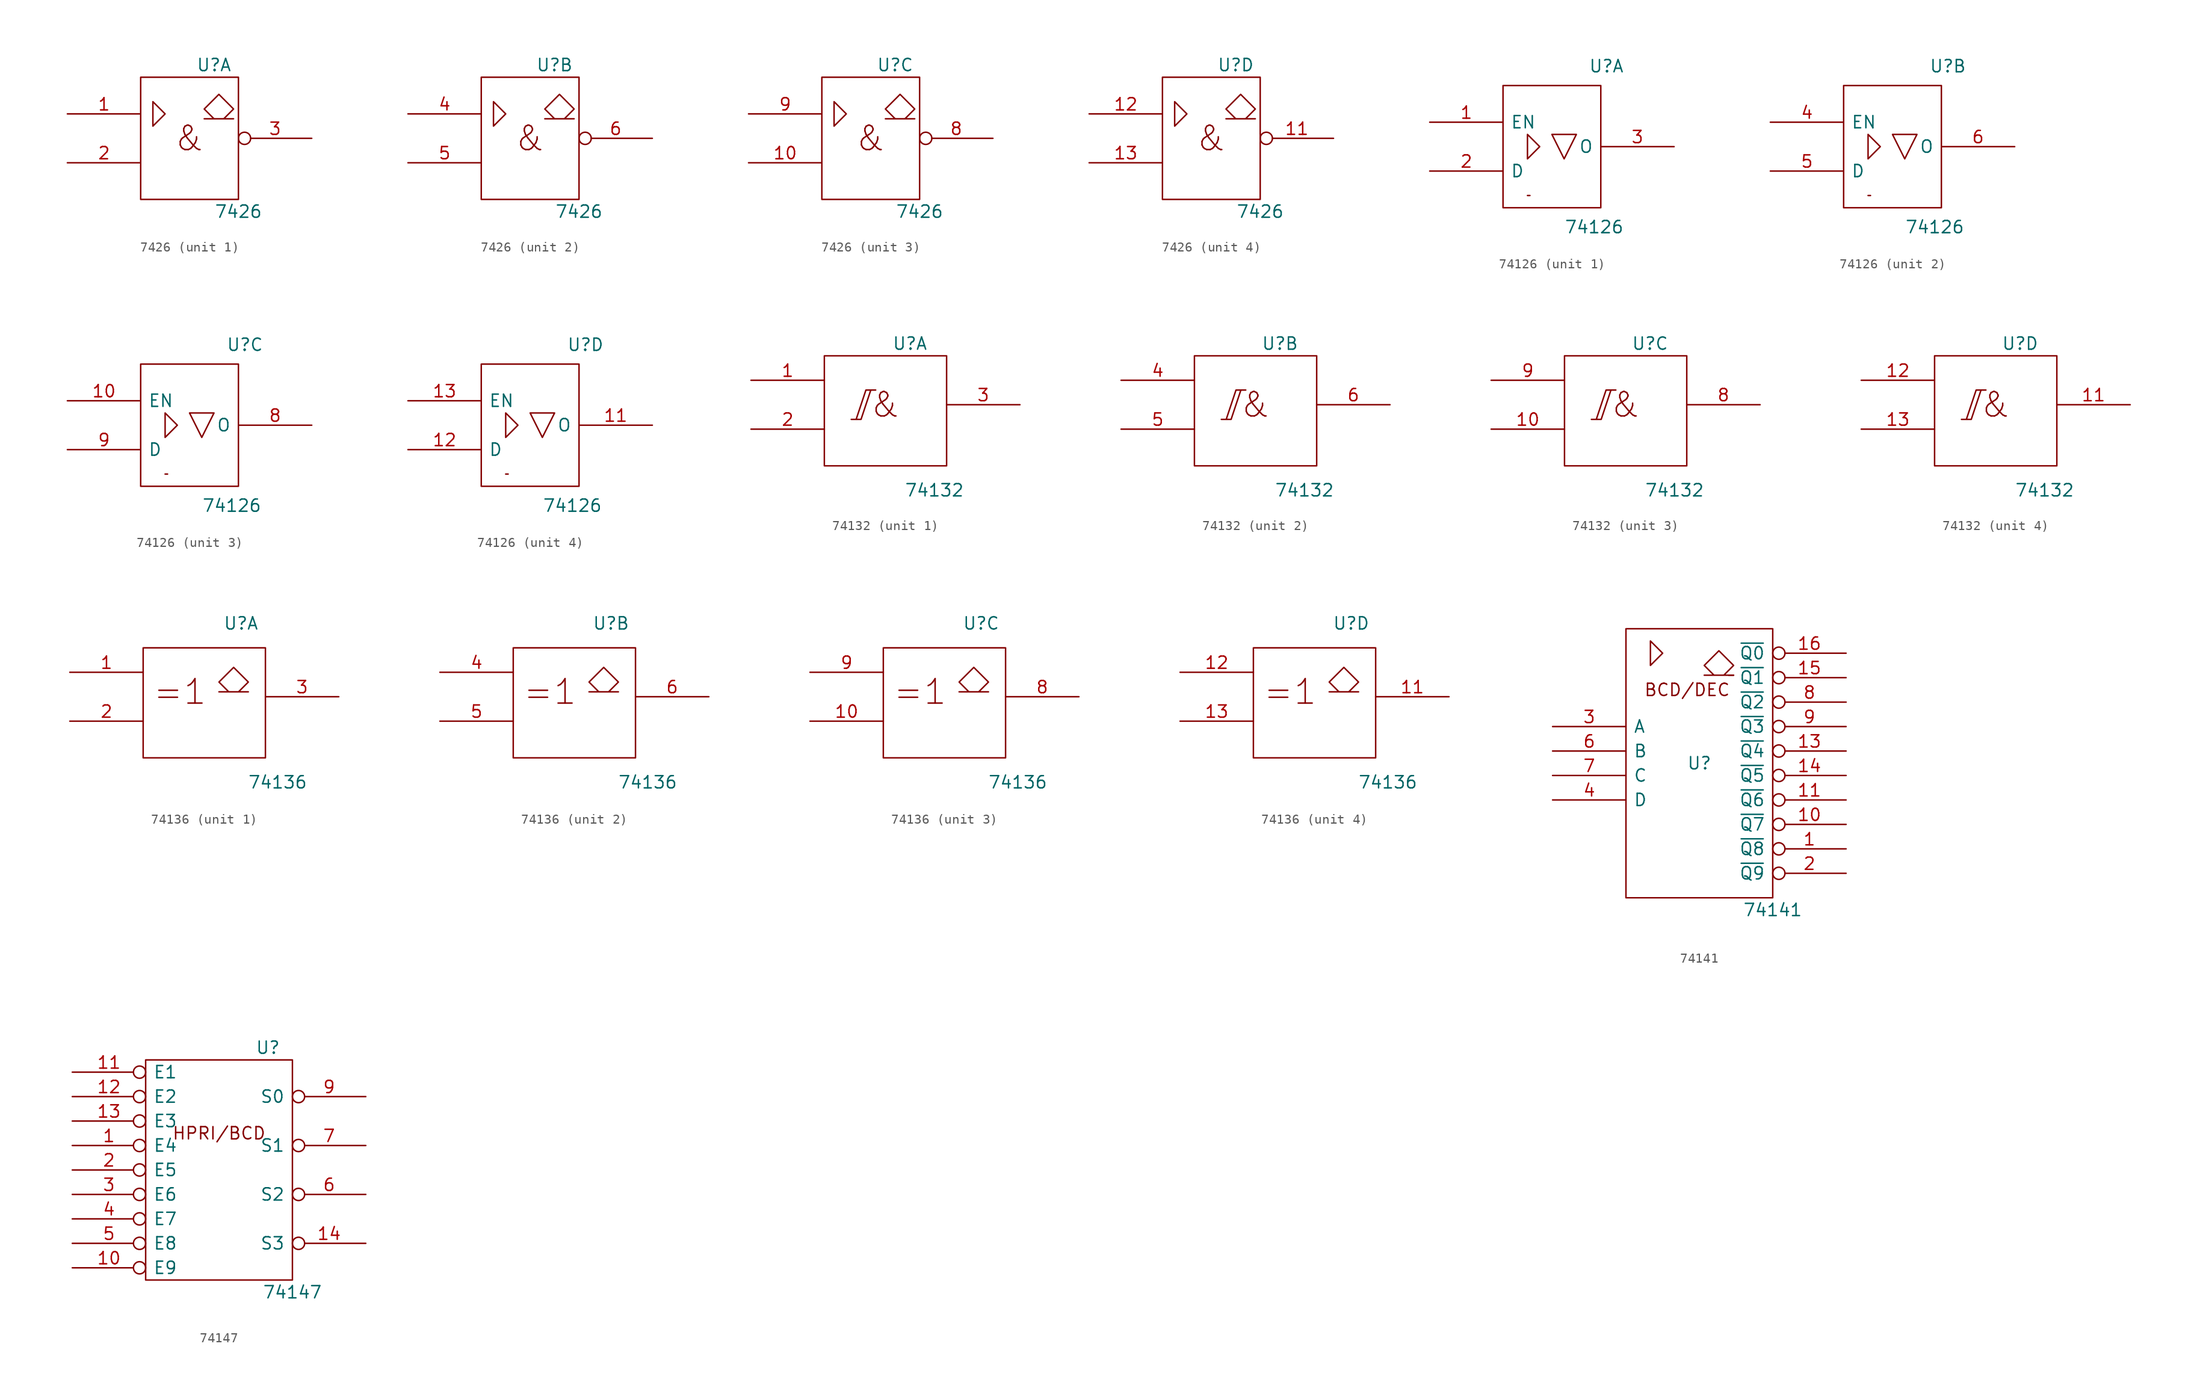
<source format=kicad_sym>
(kicad_symbol_lib
  (version 20231120)
  (generator "kicad_symbol_editor")
  (generator_version "8.0")
  (symbol "7426"
    (pin_names
      (offset 0.762))
    (property "Reference" "U"
      (at 2.54 7.62 0)
      (effects (font (size 1.27 1.27))))
    (property "Value" "7426"
      (at 5.08 -7.62 0)
      (effects (font (size 1.27 1.27))))
    (symbol "7426_0_0"
      (polyline (pts (xy -3.81 3.81) (xy -3.81 1.27) (xy -2.54 2.54) (xy -3.81 3.81) (xy -3.81 3.81)) (stroke (width 0) (type default)) (fill (type none)))
      (polyline (pts (xy 2.54 2.032) (xy 1.524 3.048) (xy 3.048 4.572) (xy 4.572 3.048) (xy 3.556 2.032) (xy 4.572 2.032) (xy 1.524 2.032) (xy 1.524 2.032)) (stroke (width 0) (type default)) (fill (type none)))
      (text "&" (at 0 0 0) (effects (font (size 2.54 2.54))))
      (pin power_in line (at 0 6.35 270) (length 0) hide (name "Vcc" (effects (font (size 1.27 1.27)))) (number "14" (effects (font (size 1.27 1.27))))))
    (symbol "7426_0_1"
      (rectangle (start -5.08 6.35) (end 5.08 -6.35) (stroke (width 0) (type default)) (fill (type none)))
      (pin power_in line (at 0 -6.35 90) (length 0) hide (name "GND" (effects (font (size 1.27 1.27)))) (number "7" (effects (font (size 1.27 1.27))))))
    (symbol "7426_1_1"
      (pin input line (at -12.7 2.54 0) (length 7.62) (name "~" (effects (font (size 1.27 1.27)))) (number "1" (effects (font (size 1.27 1.27)))))
      (pin input line (at -12.7 -2.54 0) (length 7.62) (name "~" (effects (font (size 1.27 1.27)))) (number "2" (effects (font (size 1.27 1.27)))))
      (pin open_collector inverted (at 12.7 0 180) (length 7.62) (name "~" (effects (font (size 1.27 1.27)))) (number "3" (effects (font (size 1.27 1.27))))))
    (symbol "7426_2_1"
      (pin input line (at -12.7 2.54 0) (length 7.62) (name "~" (effects (font (size 1.27 1.27)))) (number "4" (effects (font (size 1.27 1.27)))))
      (pin input line (at -12.7 -2.54 0) (length 7.62) (name "~" (effects (font (size 1.27 1.27)))) (number "5" (effects (font (size 1.27 1.27)))))
      (pin open_collector inverted (at 12.7 0 180) (length 7.62) (name "~" (effects (font (size 1.27 1.27)))) (number "6" (effects (font (size 1.27 1.27))))))
    (symbol "7426_3_1"
      (pin input line (at -12.7 -2.54 0) (length 7.62) (name "~" (effects (font (size 1.27 1.27)))) (number "10" (effects (font (size 1.27 1.27)))))
      (pin open_collector inverted (at 12.7 0 180) (length 7.62) (name "~" (effects (font (size 1.27 1.27)))) (number "8" (effects (font (size 1.27 1.27)))))
      (pin input line (at -12.7 2.54 0) (length 7.62) (name "~" (effects (font (size 1.27 1.27)))) (number "9" (effects (font (size 1.27 1.27))))))
    (symbol "7426_4_1"
      (pin open_collector inverted (at 12.7 0 180) (length 7.62) (name "~" (effects (font (size 1.27 1.27)))) (number "11" (effects (font (size 1.27 1.27)))))
      (pin input line (at -12.7 2.54 0) (length 7.62) (name "~" (effects (font (size 1.27 1.27)))) (number "12" (effects (font (size 1.27 1.27)))))
      (pin input line (at -12.7 -2.54 0) (length 7.62) (name "~" (effects (font (size 1.27 1.27)))) (number "13" (effects (font (size 1.27 1.27)))))))
  (symbol "74126"
    (pin_names
      (offset 0.762))
    (property "Reference" "U"
      (at 3.81 7.62 0)
      (effects (font (size 1.27 1.27)) (justify left bottom)))
    (property "Value" "74126"
      (at 1.27 -7.62 0)
      (effects (font (size 1.27 1.27)) (justify left top)))
    (symbol "74126_0_0"
      (rectangle (start -2.286 -5.08) (end -2.54 -5.08) (stroke (width 0) (type default)) (fill (type none)))
      (pin power_in line (at 0 6.35 270) (length 0) hide (name "VCC" (effects (font (size 1.27 1.27)))) (number "14" (effects (font (size 1.27 1.27)))))
      (pin power_in line (at 0 -6.35 90) (length 0) hide (name "GND" (effects (font (size 1.27 1.27)))) (number "7" (effects (font (size 1.27 1.27))))))
    (symbol "74126_0_1"
      (rectangle (start -5.08 6.35) (end 5.08 -6.35) (stroke (width 0) (type default)) (fill (type none)))
      (polyline (pts (xy -2.54 1.27) (xy -2.54 -1.27) (xy -1.27 0) (xy -2.54 1.27) (xy -2.54 1.27)) (stroke (width 0) (type default)) (fill (type none)))
      (polyline (pts (xy 0 1.27) (xy 2.54 1.27) (xy 1.27 -1.27) (xy 0 1.27) (xy 0 1.27)) (stroke (width 0) (type default)) (fill (type none))))
    (symbol "74126_1_0"
      (pin input line (at -12.7 2.54 0) (length 7.62) (name "EN" (effects (font (size 1.27 1.27)))) (number "1" (effects (font (size 1.27 1.27))))))
    (symbol "74126_1_1"
      (pin input line (at -12.7 -2.54 0) (length 7.62) (name "D" (effects (font (size 1.27 1.27)))) (number "2" (effects (font (size 1.27 1.27)))))
      (pin tri_state line (at 12.7 0 180) (length 7.62) (name "O" (effects (font (size 1.27 1.27)))) (number "3" (effects (font (size 1.27 1.27))))))
    (symbol "74126_2_0"
      (pin input line (at -12.7 2.54 0) (length 7.62) (name "EN" (effects (font (size 1.27 1.27)))) (number "4" (effects (font (size 1.27 1.27))))))
    (symbol "74126_2_1"
      (pin input line (at -12.7 -2.54 0) (length 7.62) (name "D" (effects (font (size 1.27 1.27)))) (number "5" (effects (font (size 1.27 1.27)))))
      (pin tri_state line (at 12.7 0 180) (length 7.62) (name "O" (effects (font (size 1.27 1.27)))) (number "6" (effects (font (size 1.27 1.27))))))
    (symbol "74126_3_0"
      (pin input line (at -12.7 2.54 0) (length 7.62) (name "EN" (effects (font (size 1.27 1.27)))) (number "10" (effects (font (size 1.27 1.27))))))
    (symbol "74126_3_1"
      (pin tri_state line (at 12.7 0 180) (length 7.62) (name "O" (effects (font (size 1.27 1.27)))) (number "8" (effects (font (size 1.27 1.27)))))
      (pin input line (at -12.7 -2.54 0) (length 7.62) (name "D" (effects (font (size 1.27 1.27)))) (number "9" (effects (font (size 1.27 1.27))))))
    (symbol "74126_4_0"
      (pin input line (at -12.7 2.54 0) (length 7.62) (name "EN" (effects (font (size 1.27 1.27)))) (number "13" (effects (font (size 1.27 1.27))))))
    (symbol "74126_4_1"
      (pin tri_state line (at 12.7 0 180) (length 7.62) (name "O" (effects (font (size 1.27 1.27)))) (number "11" (effects (font (size 1.27 1.27)))))
      (pin input line (at -12.7 -2.54 0) (length 7.62) (name "D" (effects (font (size 1.27 1.27)))) (number "12" (effects (font (size 1.27 1.27)))))))
  (symbol "74132"
    (pin_names
      (offset 0.762))
    (property "Reference" "U"
      (at 2.54 6.35 0)
      (effects (font (size 1.27 1.27))))
    (property "Value" "74132"
      (at 5.08 -8.89 0)
      (effects (font (size 1.27 1.27))))
    (symbol "74132_0_0"
      (polyline (pts (xy -3.556 -1.524) (xy -2.54 -1.524) (xy -1.524 1.524) (xy -1.016 1.524) (xy -2.032 1.524) (xy -3.048 -1.524) (xy -3.048 -1.524)) (stroke (width 0) (type default)) (fill (type none))))
    (symbol "74132_0_1"
      (rectangle (start -6.35 5.08) (end 6.35 -6.35) (stroke (width 0) (type default)) (fill (type none)))
      (text "&" (at 0 0 0) (effects (font (size 2.54 2.54))))
      (pin power_in line (at 0 5.08 270) (length 0) hide (name "Vcc" (effects (font (size 1.27 1.27)))) (number "14" (effects (font (size 1.27 1.27)))))
      (pin power_in line (at 0 -6.35 90) (length 0) hide (name "Gnd" (effects (font (size 1.27 1.27)))) (number "7" (effects (font (size 1.27 1.27))))))
    (symbol "74132_1_1"
      (pin input line (at -13.97 2.54 0) (length 7.62) (name "~" (effects (font (size 1.27 1.27)))) (number "1" (effects (font (size 1.27 1.27)))))
      (pin input line (at -13.97 -2.54 0) (length 7.62) (name "~" (effects (font (size 1.27 1.27)))) (number "2" (effects (font (size 1.27 1.27)))))
      (pin output line (at 13.97 0 180) (length 7.62) (name "~" (effects (font (size 1.27 1.27)))) (number "3" (effects (font (size 1.27 1.27))))))
    (symbol "74132_2_1"
      (pin input line (at -13.97 2.54 0) (length 7.62) (name "~" (effects (font (size 1.27 1.27)))) (number "4" (effects (font (size 1.27 1.27)))))
      (pin input line (at -13.97 -2.54 0) (length 7.62) (name "~" (effects (font (size 1.27 1.27)))) (number "5" (effects (font (size 1.27 1.27)))))
      (pin output line (at 13.97 0 180) (length 7.62) (name "~" (effects (font (size 1.27 1.27)))) (number "6" (effects (font (size 1.27 1.27))))))
    (symbol "74132_3_1"
      (pin input line (at -13.97 -2.54 0) (length 7.62) (name "~" (effects (font (size 1.27 1.27)))) (number "10" (effects (font (size 1.27 1.27)))))
      (pin output line (at 13.97 0 180) (length 7.62) (name "~" (effects (font (size 1.27 1.27)))) (number "8" (effects (font (size 1.27 1.27)))))
      (pin input line (at -13.97 2.54 0) (length 7.62) (name "~" (effects (font (size 1.27 1.27)))) (number "9" (effects (font (size 1.27 1.27))))))
    (symbol "74132_4_1"
      (pin output line (at 13.97 0 180) (length 7.62) (name "~" (effects (font (size 1.27 1.27)))) (number "11" (effects (font (size 1.27 1.27)))))
      (pin input line (at -13.97 2.54 0) (length 7.62) (name "~" (effects (font (size 1.27 1.27)))) (number "12" (effects (font (size 1.27 1.27)))))
      (pin input line (at -13.97 -2.54 0) (length 7.62) (name "~" (effects (font (size 1.27 1.27)))) (number "13" (effects (font (size 1.27 1.27)))))))
  (symbol "74136"
    (pin_names
      (offset 0.762))
    (property "Reference" "U"
      (at 3.81 7.62 0)
      (effects (font (size 1.27 1.27))))
    (property "Value" "74136"
      (at 7.62 -8.89 0)
      (effects (font (size 1.27 1.27))))
    (symbol "74136_0_1"
      (rectangle (start -6.35 5.08) (end 6.35 -6.35) (stroke (width 0) (type default)) (fill (type none)))
      (polyline (pts (xy 3.556 0.508) (xy 4.572 1.524) (xy 3.048 3.048) (xy 1.524 1.524) (xy 2.54 0.508) (xy 1.524 0.508) (xy 4.572 0.508) (xy 4.572 0.508)) (stroke (width 0) (type default)) (fill (type none)))
      (text "=1" (at -2.54 0.508 0) (effects (font (size 2.54 2.54))))
      (pin power_in line (at 0 5.08 270) (length 0) hide (name "Vcc" (effects (font (size 1.27 1.27)))) (number "14" (effects (font (size 1.27 1.27)))))
      (pin power_in line (at 0 -6.35 90) (length 0) hide (name "Gnd" (effects (font (size 1.27 1.27)))) (number "7" (effects (font (size 1.27 1.27))))))
    (symbol "74136_1_1"
      (pin input line (at -13.97 2.54 0) (length 7.62) (name "~" (effects (font (size 1.27 1.27)))) (number "1" (effects (font (size 1.27 1.27)))))
      (pin input line (at -13.97 -2.54 0) (length 7.62) (name "~" (effects (font (size 1.27 1.27)))) (number "2" (effects (font (size 1.27 1.27)))))
      (pin open_collector line (at 13.97 0 180) (length 7.62) (name "~" (effects (font (size 1.27 1.27)))) (number "3" (effects (font (size 1.27 1.27))))))
    (symbol "74136_2_1"
      (pin input line (at -13.97 2.54 0) (length 7.62) (name "~" (effects (font (size 1.27 1.27)))) (number "4" (effects (font (size 1.27 1.27)))))
      (pin input line (at -13.97 -2.54 0) (length 7.62) (name "~" (effects (font (size 1.27 1.27)))) (number "5" (effects (font (size 1.27 1.27)))))
      (pin open_collector line (at 13.97 0 180) (length 7.62) (name "~" (effects (font (size 1.27 1.27)))) (number "6" (effects (font (size 1.27 1.27))))))
    (symbol "74136_3_1"
      (pin input line (at -13.97 -2.54 0) (length 7.62) (name "~" (effects (font (size 1.27 1.27)))) (number "10" (effects (font (size 1.27 1.27)))))
      (pin open_collector line (at 13.97 0 180) (length 7.62) (name "~" (effects (font (size 1.27 1.27)))) (number "8" (effects (font (size 1.27 1.27)))))
      (pin input line (at -13.97 2.54 0) (length 7.62) (name "~" (effects (font (size 1.27 1.27)))) (number "9" (effects (font (size 1.27 1.27))))))
    (symbol "74136_4_1"
      (pin open_collector line (at 13.97 0 180) (length 7.62) (name "~" (effects (font (size 1.27 1.27)))) (number "11" (effects (font (size 1.27 1.27)))))
      (pin input line (at -13.97 2.54 0) (length 7.62) (name "~" (effects (font (size 1.27 1.27)))) (number "12" (effects (font (size 1.27 1.27)))))
      (pin input line (at -13.97 -2.54 0) (length 7.62) (name "~" (effects (font (size 1.27 1.27)))) (number "13" (effects (font (size 1.27 1.27)))))))
  (symbol "74141"
    (pin_names
      (offset 0.762))
    (property "Reference" "U"
      (at 0 0 0)
      (effects (font (size 1.27 1.27))))
    (property "Value" "74141"
      (at 7.62 -15.24 0)
      (effects (font (size 1.27 1.27))))
    (symbol "74141_0_0"
      (polyline (pts (xy 3.556 9.144) (xy 3.048 9.144) (xy 3.048 9.144)) (stroke (width 0) (type default)) (fill (type none)))
      (polyline (pts (xy -5.08 12.7) (xy -5.08 10.16) (xy -3.81 11.43) (xy -5.08 12.7) (xy -5.08 12.7)) (stroke (width 0) (type default)) (fill (type none)))
      (polyline (pts (xy 2.54 9.144) (xy 3.556 10.16) (xy 2.032 11.684) (xy 0.508 10.16) (xy 1.524 9.144) (xy 0.508 9.144) (xy 3.556 9.144)) (stroke (width 0) (type default)) (fill (type none)))
      (text "BCD/DEC" (at -1.27 7.62 0) (effects (font (size 1.27 1.27))))
      (pin power_in line (at 0 -13.97 90) (length 0) hide (name "GND" (effects (font (size 1.27 1.27)))) (number "12" (effects (font (size 1.27 1.27)))))
      (pin power_in line (at 0 13.97 270) (length 0) hide (name "VCC" (effects (font (size 1.27 1.27)))) (number "5" (effects (font (size 1.27 1.27))))))
    (symbol "74141_0_1"
      (rectangle (start -7.62 13.97) (end 7.62 -13.97) (stroke (width 0) (type default)) (fill (type none))))
    (symbol "74141_1_1"
      (pin open_collector inverted (at 15.24 -8.89 180) (length 7.62) (name "~{Q8}" (effects (font (size 1.27 1.27)))) (number "1" (effects (font (size 1.27 1.27)))))
      (pin open_collector inverted (at 15.24 -6.35 180) (length 7.62) (name "~{Q7}" (effects (font (size 1.27 1.27)))) (number "10" (effects (font (size 1.27 1.27)))))
      (pin open_collector inverted (at 15.24 -3.81 180) (length 7.62) (name "~{Q6}" (effects (font (size 1.27 1.27)))) (number "11" (effects (font (size 1.27 1.27)))))
      (pin open_collector inverted (at 15.24 1.27 180) (length 7.62) (name "~{Q4}" (effects (font (size 1.27 1.27)))) (number "13" (effects (font (size 1.27 1.27)))))
      (pin open_collector inverted (at 15.24 -1.27 180) (length 7.62) (name "~{Q5}" (effects (font (size 1.27 1.27)))) (number "14" (effects (font (size 1.27 1.27)))))
      (pin open_collector inverted (at 15.24 8.89 180) (length 7.62) (name "~{Q1}" (effects (font (size 1.27 1.27)))) (number "15" (effects (font (size 1.27 1.27)))))
      (pin open_collector inverted (at 15.24 11.43 180) (length 7.62) (name "~{Q0}" (effects (font (size 1.27 1.27)))) (number "16" (effects (font (size 1.27 1.27)))))
      (pin open_collector inverted (at 15.24 -11.43 180) (length 7.62) (name "~{Q9}" (effects (font (size 1.27 1.27)))) (number "2" (effects (font (size 1.27 1.27)))))
      (pin input line (at -15.24 3.81 0) (length 7.62) (name "A" (effects (font (size 1.27 1.27)))) (number "3" (effects (font (size 1.27 1.27)))))
      (pin input line (at -15.24 -3.81 0) (length 7.62) (name "D" (effects (font (size 1.27 1.27)))) (number "4" (effects (font (size 1.27 1.27)))))
      (pin input line (at -15.24 1.27 0) (length 7.62) (name "B" (effects (font (size 1.27 1.27)))) (number "6" (effects (font (size 1.27 1.27)))))
      (pin input line (at -15.24 -1.27 0) (length 7.62) (name "C" (effects (font (size 1.27 1.27)))) (number "7" (effects (font (size 1.27 1.27)))))
      (pin open_collector inverted (at 15.24 6.35 180) (length 7.62) (name "~{Q2}" (effects (font (size 1.27 1.27)))) (number "8" (effects (font (size 1.27 1.27)))))
      (pin open_collector inverted (at 15.24 3.81 180) (length 7.62) (name "~{Q3}" (effects (font (size 1.27 1.27)))) (number "9" (effects (font (size 1.27 1.27)))))))
  (symbol "74147"
    (pin_names
      (offset 0.762))
    (property "Reference" "U"
      (at 5.08 12.7 0)
      (effects (font (size 1.27 1.27))))
    (property "Value" "74147"
      (at 7.62 -12.7 0)
      (effects (font (size 1.27 1.27))))
    (symbol "74147_0_0"
      (text "HPRI/BCD" (at 0 3.81 0) (effects (font (size 1.27 1.27))))
      (pin power_in line (at 0 11.43 270) (length 0) hide (name "VCC" (effects (font (size 1.27 1.27)))) (number "16" (effects (font (size 1.27 1.27)))))
      (pin power_in line (at 0 -11.43 90) (length 0) hide (name "GND" (effects (font (size 1.27 1.27)))) (number "8" (effects (font (size 1.27 1.27))))))
    (symbol "74147_0_1"
      (rectangle (start -7.62 11.43) (end 7.62 -11.43) (stroke (width 0) (type default)) (fill (type none))))
    (symbol "74147_1_1"
      (pin input inverted (at -15.24 2.54 0) (length 7.62) (name "E4" (effects (font (size 1.27 1.27)))) (number "1" (effects (font (size 1.27 1.27)))))
      (pin input inverted (at -15.24 -10.16 0) (length 7.62) (name "E9" (effects (font (size 1.27 1.27)))) (number "10" (effects (font (size 1.27 1.27)))))
      (pin input inverted (at -15.24 10.16 0) (length 7.62) (name "E1" (effects (font (size 1.27 1.27)))) (number "11" (effects (font (size 1.27 1.27)))))
      (pin input inverted (at -15.24 7.62 0) (length 7.62) (name "E2" (effects (font (size 1.27 1.27)))) (number "12" (effects (font (size 1.27 1.27)))))
      (pin input inverted (at -15.24 5.08 0) (length 7.62) (name "E3" (effects (font (size 1.27 1.27)))) (number "13" (effects (font (size 1.27 1.27)))))
      (pin output inverted (at 15.24 -7.62 180) (length 7.62) (name "S3" (effects (font (size 1.27 1.27)))) (number "14" (effects (font (size 1.27 1.27)))))
      (pin input inverted (at -15.24 0 0) (length 7.62) (name "E5" (effects (font (size 1.27 1.27)))) (number "2" (effects (font (size 1.27 1.27)))))
      (pin input inverted (at -15.24 -2.54 0) (length 7.62) (name "E6" (effects (font (size 1.27 1.27)))) (number "3" (effects (font (size 1.27 1.27)))))
      (pin input inverted (at -15.24 -5.08 0) (length 7.62) (name "E7" (effects (font (size 1.27 1.27)))) (number "4" (effects (font (size 1.27 1.27)))))
      (pin input inverted (at -15.24 -7.62 0) (length 7.62) (name "E8" (effects (font (size 1.27 1.27)))) (number "5" (effects (font (size 1.27 1.27)))))
      (pin output inverted (at 15.24 -2.54 180) (length 7.62) (name "S2" (effects (font (size 1.27 1.27)))) (number "6" (effects (font (size 1.27 1.27)))))
      (pin output inverted (at 15.24 2.54 180) (length 7.62) (name "S1" (effects (font (size 1.27 1.27)))) (number "7" (effects (font (size 1.27 1.27)))))
      (pin output inverted (at 15.24 7.62 180) (length 7.62) (name "S0" (effects (font (size 1.27 1.27)))) (number "9" (effects (font (size 1.27 1.27))))))))
</source>
